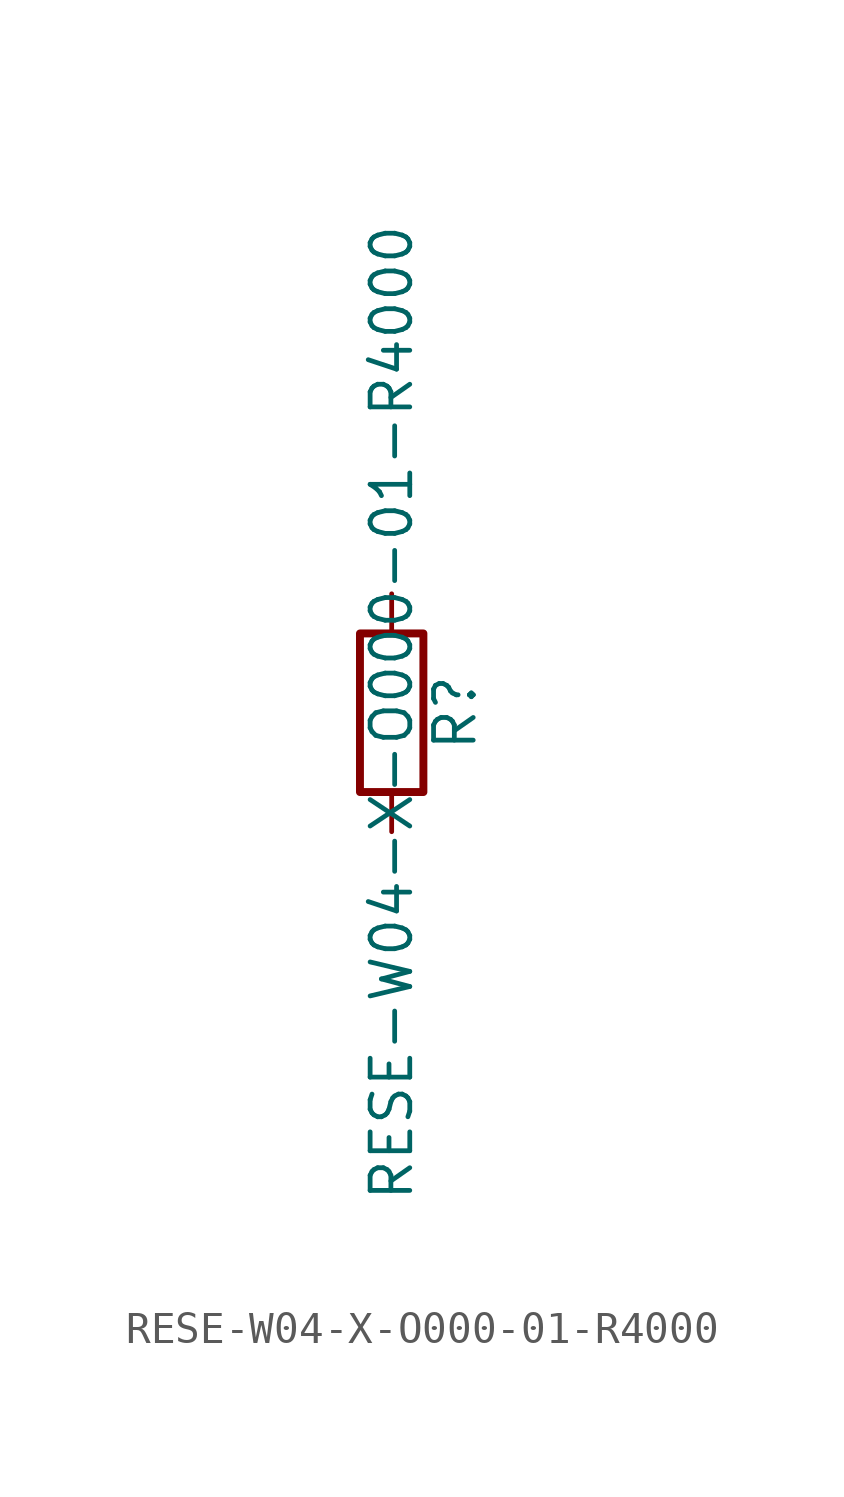
<source format=kicad_sym>
(kicad_symbol_lib
  (version 20211014)
  (generator kicad_symbol_editor)
  (symbol "RESE-W04-X-O000-01-R4000"
    (pin_numbers hide)
    (pin_names
      (offset 0))
    (property "Reference" "R"
      (at 2.032 0 90)
      (effects (font (size 1.27 1.27))))
    (property "Value" "RESE-W04-X-O000-01-R4000"
      (at 0 0 90)
      (effects (font (size 1.27 1.27))))
    (symbol "RESE-W04-X-O000-01-R4000_0_1"
      (rectangle (start -1.016 -2.54) (end 1.016 2.54) (stroke (width 0.254) (type default) (color 0 0 0 0)) (fill (type none))))
    (symbol "RESE-W04-X-O000-01-R4000_1_1"
      (pin passive line (at 0 3.81 270) (length 1.27) (name "~" (effects (font (size 1.27 1.27)))) (number "1" (effects (font (size 1.27 1.27)))))
      (pin passive line (at 0 -3.81 90) (length 1.27) (name "~" (effects (font (size 1.27 1.27)))) (number "2" (effects (font (size 1.27 1.27))))))))
</source>
